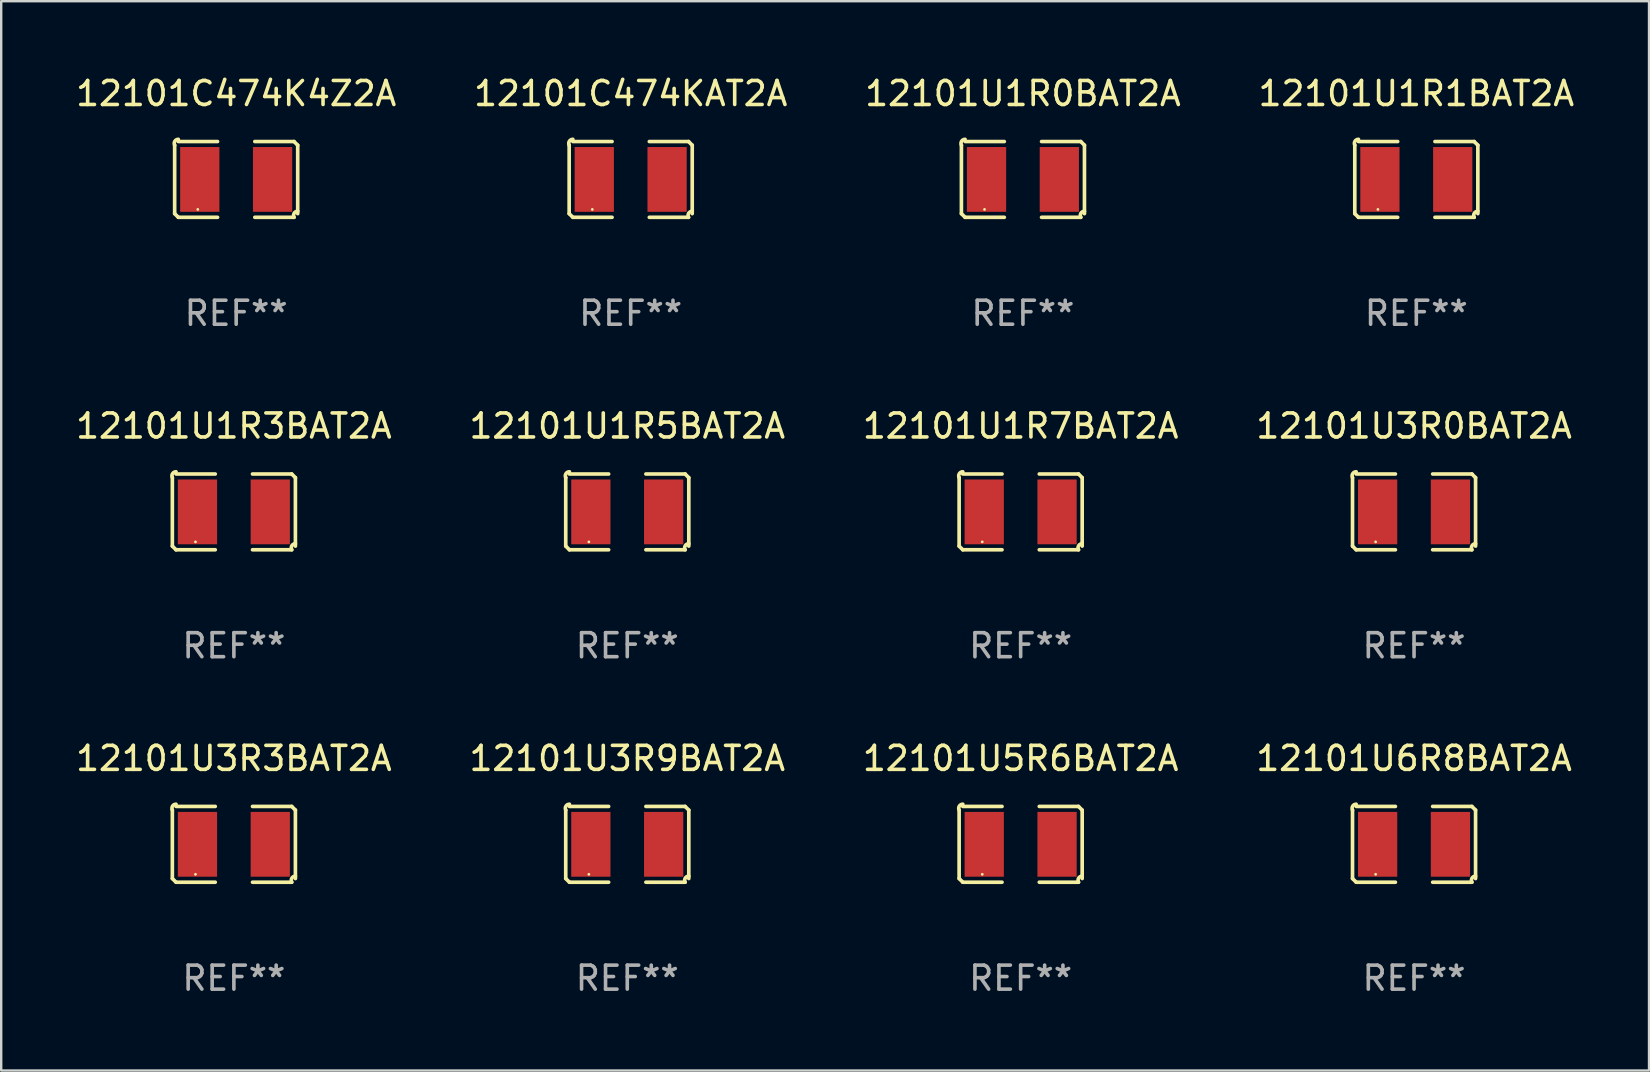
<source format=kicad_pcb>
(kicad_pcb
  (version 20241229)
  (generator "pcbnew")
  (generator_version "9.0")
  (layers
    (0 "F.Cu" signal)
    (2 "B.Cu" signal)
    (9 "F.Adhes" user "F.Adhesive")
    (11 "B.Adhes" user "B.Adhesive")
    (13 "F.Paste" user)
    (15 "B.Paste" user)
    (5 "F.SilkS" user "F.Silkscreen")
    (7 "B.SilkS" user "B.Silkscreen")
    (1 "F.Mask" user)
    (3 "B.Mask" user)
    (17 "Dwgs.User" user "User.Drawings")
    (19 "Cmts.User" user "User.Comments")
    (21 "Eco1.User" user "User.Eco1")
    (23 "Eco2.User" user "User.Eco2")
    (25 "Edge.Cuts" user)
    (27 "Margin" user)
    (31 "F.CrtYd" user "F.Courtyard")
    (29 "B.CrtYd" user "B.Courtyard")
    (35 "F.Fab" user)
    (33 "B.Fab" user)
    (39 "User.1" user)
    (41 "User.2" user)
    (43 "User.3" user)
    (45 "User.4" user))
  (footprint "12101C474KAT2A"
    (layer "F.Cu")
    (at 23.232 4.427)
    (property "Reference" "12101C474KAT2A" (at 0 -3.579 0) (layer "F.SilkS") (effects (font (size 1 1) (thickness 0.15))))
    (attr through_hole)
    (fp_line (start -2.564 1.426) (end -2.564 -1.426) (stroke (width 0.152) (type solid)) (layer "F.SilkS"))
    (fp_line (start -2.411 -1.579) (end -0.776 -1.579) (stroke (width 0.152) (type solid)) (layer "F.SilkS"))
    (fp_line (start -0.776 1.579) (end -2.411 1.579) (stroke (width 0.152) (type solid)) (layer "F.SilkS"))
    (fp_line (start 0.776 1.579) (end 2.411 1.579) (stroke (width 0.152) (type solid)) (layer "F.SilkS"))
    (fp_line (start 2.411 -1.579) (end 0.776 -1.579) (stroke (width 0.152) (type solid)) (layer "F.SilkS"))
    (fp_line (start 2.564 1.426) (end 2.564 -1.426) (stroke (width 0.152) (type solid)) (layer "F.SilkS"))
    (fp_arc (start -2.563602 -1.426213) (mid -2.555597 -1.591233) (end -2.411201 -1.671518) (stroke (width 0.1524) (type solid)) (layer "F.SilkS"))
    (fp_arc (start -2.5636 1.426214) (mid -2.487389 1.502402) (end -2.411201 1.578613) (stroke (width 0.1524) (type solid)) (layer "F.SilkS"))
    (fp_arc (start 2.411197 -1.578618) (mid 2.487403 -1.502419) (end 2.563602 -1.426213) (stroke (width 0.1524) (type solid)) (layer "F.SilkS"))
    (fp_arc (start 2.411201 1.578613) (mid 2.416214 1.409455) (end 2.563602 1.32629) (stroke (width 0.1524) (type solid)) (layer "F.SilkS"))
    (fp_circle (center -1.6 1.25) (end -1.57 1.25) (stroke (width 0.06) (type solid)) (fill no) (layer "F.SilkS"))
    (fp_text user "REF**" (at 0 5.579 0) (layer "F.Fab") (effects (font (size 1 1) (thickness 0.15))))
    (pad "1" smd rect (at -1.517 0) (size 1.635 2.7) (layers "F.Cu" "F.Mask" "F.Paste"))
    (pad "2" smd rect (at 1.517 0) (size 1.635 2.7) (layers "F.Cu" "F.Mask" "F.Paste")))
  (footprint "12101U1R5BAT2A"
    (layer "F.Cu")
    (at 23.089 18.281)
    (property "Reference" "12101U1R5BAT2A" (at 0 -3.579 0) (layer "F.SilkS") (effects (font (size 1 1) (thickness 0.15))))
    (attr through_hole)
    (fp_line (start -2.564 1.426) (end -2.564 -1.426) (stroke (width 0.152) (type solid)) (layer "F.SilkS"))
    (fp_line (start -2.411 -1.579) (end -0.776 -1.579) (stroke (width 0.152) (type solid)) (layer "F.SilkS"))
    (fp_line (start -0.776 1.579) (end -2.411 1.579) (stroke (width 0.152) (type solid)) (layer "F.SilkS"))
    (fp_line (start 0.776 1.579) (end 2.411 1.579) (stroke (width 0.152) (type solid)) (layer "F.SilkS"))
    (fp_line (start 2.411 -1.579) (end 0.776 -1.579) (stroke (width 0.152) (type solid)) (layer "F.SilkS"))
    (fp_line (start 2.564 1.426) (end 2.564 -1.426) (stroke (width 0.152) (type solid)) (layer "F.SilkS"))
    (fp_arc (start -2.563602 -1.426213) (mid -2.555597 -1.591233) (end -2.411201 -1.671518) (stroke (width 0.1524) (type solid)) (layer "F.SilkS"))
    (fp_arc (start -2.5636 1.426214) (mid -2.487389 1.502402) (end -2.411201 1.578613) (stroke (width 0.1524) (type solid)) (layer "F.SilkS"))
    (fp_arc (start 2.411197 -1.578618) (mid 2.487403 -1.502419) (end 2.563602 -1.426213) (stroke (width 0.1524) (type solid)) (layer "F.SilkS"))
    (fp_arc (start 2.411201 1.578613) (mid 2.416214 1.409455) (end 2.563602 1.32629) (stroke (width 0.1524) (type solid)) (layer "F.SilkS"))
    (fp_circle (center -1.6 1.25) (end -1.57 1.25) (stroke (width 0.06) (type solid)) (fill no) (layer "F.SilkS"))
    (fp_text user "REF**" (at 0 5.579 0) (layer "F.Fab") (effects (font (size 1 1) (thickness 0.15))))
    (pad "1" smd rect (at -1.517 0) (size 1.635 2.7) (layers "F.Cu" "F.Mask" "F.Paste"))
    (pad "2" smd rect (at 1.517 0) (size 1.635 2.7) (layers "F.Cu" "F.Mask" "F.Paste")))
  (footprint "12101U3R9BAT2A"
    (layer "F.Cu")
    (at 23.089 32.134)
    (property "Reference" "12101U3R9BAT2A" (at 0 -3.579 0) (layer "F.SilkS") (effects (font (size 1 1) (thickness 0.15))))
    (attr through_hole)
    (fp_line (start -2.564 1.426) (end -2.564 -1.426) (stroke (width 0.152) (type solid)) (layer "F.SilkS"))
    (fp_line (start -2.411 -1.579) (end -0.776 -1.579) (stroke (width 0.152) (type solid)) (layer "F.SilkS"))
    (fp_line (start -0.776 1.579) (end -2.411 1.579) (stroke (width 0.152) (type solid)) (layer "F.SilkS"))
    (fp_line (start 0.776 1.579) (end 2.411 1.579) (stroke (width 0.152) (type solid)) (layer "F.SilkS"))
    (fp_line (start 2.411 -1.579) (end 0.776 -1.579) (stroke (width 0.152) (type solid)) (layer "F.SilkS"))
    (fp_line (start 2.564 1.426) (end 2.564 -1.426) (stroke (width 0.152) (type solid)) (layer "F.SilkS"))
    (fp_arc (start -2.563602 -1.426213) (mid -2.555597 -1.591233) (end -2.411201 -1.671518) (stroke (width 0.1524) (type solid)) (layer "F.SilkS"))
    (fp_arc (start -2.5636 1.426214) (mid -2.487389 1.502402) (end -2.411201 1.578613) (stroke (width 0.1524) (type solid)) (layer "F.SilkS"))
    (fp_arc (start 2.411197 -1.578618) (mid 2.487403 -1.502419) (end 2.563602 -1.426213) (stroke (width 0.1524) (type solid)) (layer "F.SilkS"))
    (fp_arc (start 2.411201 1.578613) (mid 2.416214 1.409455) (end 2.563602 1.32629) (stroke (width 0.1524) (type solid)) (layer "F.SilkS"))
    (fp_circle (center -1.6 1.25) (end -1.57 1.25) (stroke (width 0.06) (type solid)) (fill no) (layer "F.SilkS"))
    (fp_text user "REF**" (at 0 5.579 0) (layer "F.Fab") (effects (font (size 1 1) (thickness 0.15))))
    (pad "1" smd rect (at -1.517 0) (size 1.635 2.7) (layers "F.Cu" "F.Mask" "F.Paste"))
    (pad "2" smd rect (at 1.517 0) (size 1.635 2.7) (layers "F.Cu" "F.Mask" "F.Paste")))
  (footprint "12101C474K4Z2A"
    (layer "F.Cu")
    (at 6.792 4.427)
    (property "Reference" "12101C474K4Z2A" (at 0 -3.579 0) (layer "F.SilkS") (effects (font (size 1 1) (thickness 0.15))))
    (attr through_hole)
    (fp_line (start -2.564 1.426) (end -2.564 -1.426) (stroke (width 0.152) (type solid)) (layer "F.SilkS"))
    (fp_line (start -2.411 -1.579) (end -0.776 -1.579) (stroke (width 0.152) (type solid)) (layer "F.SilkS"))
    (fp_line (start -0.776 1.579) (end -2.411 1.579) (stroke (width 0.152) (type solid)) (layer "F.SilkS"))
    (fp_line (start 0.776 1.579) (end 2.411 1.579) (stroke (width 0.152) (type solid)) (layer "F.SilkS"))
    (fp_line (start 2.411 -1.579) (end 0.776 -1.579) (stroke (width 0.152) (type solid)) (layer "F.SilkS"))
    (fp_line (start 2.564 1.426) (end 2.564 -1.426) (stroke (width 0.152) (type solid)) (layer "F.SilkS"))
    (fp_arc (start -2.563602 -1.426213) (mid -2.555597 -1.591233) (end -2.411201 -1.671518) (stroke (width 0.1524) (type solid)) (layer "F.SilkS"))
    (fp_arc (start -2.5636 1.426214) (mid -2.487389 1.502402) (end -2.411201 1.578613) (stroke (width 0.1524) (type solid)) (layer "F.SilkS"))
    (fp_arc (start 2.411197 -1.578618) (mid 2.487403 -1.502419) (end 2.563602 -1.426213) (stroke (width 0.1524) (type solid)) (layer "F.SilkS"))
    (fp_arc (start 2.411201 1.578613) (mid 2.416214 1.409455) (end 2.563602 1.32629) (stroke (width 0.1524) (type solid)) (layer "F.SilkS"))
    (fp_circle (center -1.6 1.25) (end -1.57 1.25) (stroke (width 0.06) (type solid)) (fill no) (layer "F.SilkS"))
    (fp_text user "REF**" (at 0 5.579 0) (layer "F.Fab") (effects (font (size 1 1) (thickness 0.15))))
    (pad "1" smd rect (at -1.517 0) (size 1.635 2.7) (layers "F.Cu" "F.Mask" "F.Paste"))
    (pad "2" smd rect (at 1.517 0) (size 1.635 2.7) (layers "F.Cu" "F.Mask" "F.Paste")))
  (footprint "12101U1R3BAT2A"
    (layer "F.Cu")
    (at 6.696 18.281)
    (property "Reference" "12101U1R3BAT2A" (at 0 -3.579 0) (layer "F.SilkS") (effects (font (size 1 1) (thickness 0.15))))
    (attr through_hole)
    (fp_line (start -2.564 1.426) (end -2.564 -1.426) (stroke (width 0.152) (type solid)) (layer "F.SilkS"))
    (fp_line (start -2.411 -1.579) (end -0.776 -1.579) (stroke (width 0.152) (type solid)) (layer "F.SilkS"))
    (fp_line (start -0.776 1.579) (end -2.411 1.579) (stroke (width 0.152) (type solid)) (layer "F.SilkS"))
    (fp_line (start 0.776 1.579) (end 2.411 1.579) (stroke (width 0.152) (type solid)) (layer "F.SilkS"))
    (fp_line (start 2.411 -1.579) (end 0.776 -1.579) (stroke (width 0.152) (type solid)) (layer "F.SilkS"))
    (fp_line (start 2.564 1.426) (end 2.564 -1.426) (stroke (width 0.152) (type solid)) (layer "F.SilkS"))
    (fp_arc (start -2.563602 -1.426213) (mid -2.555597 -1.591233) (end -2.411201 -1.671518) (stroke (width 0.1524) (type solid)) (layer "F.SilkS"))
    (fp_arc (start -2.5636 1.426214) (mid -2.487389 1.502402) (end -2.411201 1.578613) (stroke (width 0.1524) (type solid)) (layer "F.SilkS"))
    (fp_arc (start 2.411197 -1.578618) (mid 2.487403 -1.502419) (end 2.563602 -1.426213) (stroke (width 0.1524) (type solid)) (layer "F.SilkS"))
    (fp_arc (start 2.411201 1.578613) (mid 2.416214 1.409455) (end 2.563602 1.32629) (stroke (width 0.1524) (type solid)) (layer "F.SilkS"))
    (fp_circle (center -1.6 1.25) (end -1.57 1.25) (stroke (width 0.06) (type solid)) (fill no) (layer "F.SilkS"))
    (fp_text user "REF**" (at 0 5.579 0) (layer "F.Fab") (effects (font (size 1 1) (thickness 0.15))))
    (pad "1" smd rect (at -1.517 0) (size 1.635 2.7) (layers "F.Cu" "F.Mask" "F.Paste"))
    (pad "2" smd rect (at 1.517 0) (size 1.635 2.7) (layers "F.Cu" "F.Mask" "F.Paste")))
  (footprint "12101U5R6BAT2A"
    (layer "F.Cu")
    (at 39.482 32.134)
    (property "Reference" "12101U5R6BAT2A" (at 0 -3.579 0) (layer "F.SilkS") (effects (font (size 1 1) (thickness 0.15))))
    (attr through_hole)
    (fp_line (start -2.564 1.426) (end -2.564 -1.426) (stroke (width 0.152) (type solid)) (layer "F.SilkS"))
    (fp_line (start -2.411 -1.579) (end -0.776 -1.579) (stroke (width 0.152) (type solid)) (layer "F.SilkS"))
    (fp_line (start -0.776 1.579) (end -2.411 1.579) (stroke (width 0.152) (type solid)) (layer "F.SilkS"))
    (fp_line (start 0.776 1.579) (end 2.411 1.579) (stroke (width 0.152) (type solid)) (layer "F.SilkS"))
    (fp_line (start 2.411 -1.579) (end 0.776 -1.579) (stroke (width 0.152) (type solid)) (layer "F.SilkS"))
    (fp_line (start 2.564 1.426) (end 2.564 -1.426) (stroke (width 0.152) (type solid)) (layer "F.SilkS"))
    (fp_arc (start -2.563602 -1.426213) (mid -2.555597 -1.591233) (end -2.411201 -1.671518) (stroke (width 0.1524) (type solid)) (layer "F.SilkS"))
    (fp_arc (start -2.5636 1.426214) (mid -2.487389 1.502402) (end -2.411201 1.578613) (stroke (width 0.1524) (type solid)) (layer "F.SilkS"))
    (fp_arc (start 2.411197 -1.578618) (mid 2.487403 -1.502419) (end 2.563602 -1.426213) (stroke (width 0.1524) (type solid)) (layer "F.SilkS"))
    (fp_arc (start 2.411201 1.578613) (mid 2.416214 1.409455) (end 2.563602 1.32629) (stroke (width 0.1524) (type solid)) (layer "F.SilkS"))
    (fp_circle (center -1.6 1.25) (end -1.57 1.25) (stroke (width 0.06) (type solid)) (fill no) (layer "F.SilkS"))
    (fp_text user "REF**" (at 0 5.579 0) (layer "F.Fab") (effects (font (size 1 1) (thickness 0.15))))
    (pad "1" smd rect (at -1.517 0) (size 1.635 2.7) (layers "F.Cu" "F.Mask" "F.Paste"))
    (pad "2" smd rect (at 1.517 0) (size 1.635 2.7) (layers "F.Cu" "F.Mask" "F.Paste")))
  (footprint "12101U3R0BAT2A"
    (layer "F.Cu")
    (at 55.875 18.281)
    (property "Reference" "12101U3R0BAT2A" (at 0 -3.579 0) (layer "F.SilkS") (effects (font (size 1 1) (thickness 0.15))))
    (attr through_hole)
    (fp_line (start -2.564 1.426) (end -2.564 -1.426) (stroke (width 0.152) (type solid)) (layer "F.SilkS"))
    (fp_line (start -2.411 -1.579) (end -0.776 -1.579) (stroke (width 0.152) (type solid)) (layer "F.SilkS"))
    (fp_line (start -0.776 1.579) (end -2.411 1.579) (stroke (width 0.152) (type solid)) (layer "F.SilkS"))
    (fp_line (start 0.776 1.579) (end 2.411 1.579) (stroke (width 0.152) (type solid)) (layer "F.SilkS"))
    (fp_line (start 2.411 -1.579) (end 0.776 -1.579) (stroke (width 0.152) (type solid)) (layer "F.SilkS"))
    (fp_line (start 2.564 1.426) (end 2.564 -1.426) (stroke (width 0.152) (type solid)) (layer "F.SilkS"))
    (fp_arc (start -2.563602 -1.426213) (mid -2.555597 -1.591233) (end -2.411201 -1.671518) (stroke (width 0.1524) (type solid)) (layer "F.SilkS"))
    (fp_arc (start -2.5636 1.426214) (mid -2.487389 1.502402) (end -2.411201 1.578613) (stroke (width 0.1524) (type solid)) (layer "F.SilkS"))
    (fp_arc (start 2.411197 -1.578618) (mid 2.487403 -1.502419) (end 2.563602 -1.426213) (stroke (width 0.1524) (type solid)) (layer "F.SilkS"))
    (fp_arc (start 2.411201 1.578613) (mid 2.416214 1.409455) (end 2.563602 1.32629) (stroke (width 0.1524) (type solid)) (layer "F.SilkS"))
    (fp_circle (center -1.6 1.25) (end -1.57 1.25) (stroke (width 0.06) (type solid)) (fill no) (layer "F.SilkS"))
    (fp_text user "REF**" (at 0 5.579 0) (layer "F.Fab") (effects (font (size 1 1) (thickness 0.15))))
    (pad "1" smd rect (at -1.517 0) (size 1.635 2.7) (layers "F.Cu" "F.Mask" "F.Paste"))
    (pad "2" smd rect (at 1.517 0) (size 1.635 2.7) (layers "F.Cu" "F.Mask" "F.Paste")))
  (footprint "12101U6R8BAT2A"
    (layer "F.Cu")
    (at 55.875 32.134)
    (property "Reference" "12101U6R8BAT2A" (at 0 -3.579 0) (layer "F.SilkS") (effects (font (size 1 1) (thickness 0.15))))
    (attr through_hole)
    (fp_line (start -2.564 1.426) (end -2.564 -1.426) (stroke (width 0.152) (type solid)) (layer "F.SilkS"))
    (fp_line (start -2.411 -1.579) (end -0.776 -1.579) (stroke (width 0.152) (type solid)) (layer "F.SilkS"))
    (fp_line (start -0.776 1.579) (end -2.411 1.579) (stroke (width 0.152) (type solid)) (layer "F.SilkS"))
    (fp_line (start 0.776 1.579) (end 2.411 1.579) (stroke (width 0.152) (type solid)) (layer "F.SilkS"))
    (fp_line (start 2.411 -1.579) (end 0.776 -1.579) (stroke (width 0.152) (type solid)) (layer "F.SilkS"))
    (fp_line (start 2.564 1.426) (end 2.564 -1.426) (stroke (width 0.152) (type solid)) (layer "F.SilkS"))
    (fp_arc (start -2.563602 -1.426213) (mid -2.555597 -1.591233) (end -2.411201 -1.671518) (stroke (width 0.1524) (type solid)) (layer "F.SilkS"))
    (fp_arc (start -2.5636 1.426214) (mid -2.487389 1.502402) (end -2.411201 1.578613) (stroke (width 0.1524) (type solid)) (layer "F.SilkS"))
    (fp_arc (start 2.411197 -1.578618) (mid 2.487403 -1.502419) (end 2.563602 -1.426213) (stroke (width 0.1524) (type solid)) (layer "F.SilkS"))
    (fp_arc (start 2.411201 1.578613) (mid 2.416214 1.409455) (end 2.563602 1.32629) (stroke (width 0.1524) (type solid)) (layer "F.SilkS"))
    (fp_circle (center -1.6 1.25) (end -1.57 1.25) (stroke (width 0.06) (type solid)) (fill no) (layer "F.SilkS"))
    (fp_text user "REF**" (at 0 5.579 0) (layer "F.Fab") (effects (font (size 1 1) (thickness 0.15))))
    (pad "1" smd rect (at -1.517 0) (size 1.635 2.7) (layers "F.Cu" "F.Mask" "F.Paste"))
    (pad "2" smd rect (at 1.517 0) (size 1.635 2.7) (layers "F.Cu" "F.Mask" "F.Paste")))
  (footprint "12101U3R3BAT2A"
    (layer "F.Cu")
    (at 6.696 32.134)
    (property "Reference" "12101U3R3BAT2A" (at 0 -3.579 0) (layer "F.SilkS") (effects (font (size 1 1) (thickness 0.15))))
    (attr through_hole)
    (fp_line (start -2.564 1.426) (end -2.564 -1.426) (stroke (width 0.152) (type solid)) (layer "F.SilkS"))
    (fp_line (start -2.411 -1.579) (end -0.776 -1.579) (stroke (width 0.152) (type solid)) (layer "F.SilkS"))
    (fp_line (start -0.776 1.579) (end -2.411 1.579) (stroke (width 0.152) (type solid)) (layer "F.SilkS"))
    (fp_line (start 0.776 1.579) (end 2.411 1.579) (stroke (width 0.152) (type solid)) (layer "F.SilkS"))
    (fp_line (start 2.411 -1.579) (end 0.776 -1.579) (stroke (width 0.152) (type solid)) (layer "F.SilkS"))
    (fp_line (start 2.564 1.426) (end 2.564 -1.426) (stroke (width 0.152) (type solid)) (layer "F.SilkS"))
    (fp_arc (start -2.563602 -1.426213) (mid -2.555597 -1.591233) (end -2.411201 -1.671518) (stroke (width 0.1524) (type solid)) (layer "F.SilkS"))
    (fp_arc (start -2.5636 1.426214) (mid -2.487389 1.502402) (end -2.411201 1.578613) (stroke (width 0.1524) (type solid)) (layer "F.SilkS"))
    (fp_arc (start 2.411197 -1.578618) (mid 2.487403 -1.502419) (end 2.563602 -1.426213) (stroke (width 0.1524) (type solid)) (layer "F.SilkS"))
    (fp_arc (start 2.411201 1.578613) (mid 2.416214 1.409455) (end 2.563602 1.32629) (stroke (width 0.1524) (type solid)) (layer "F.SilkS"))
    (fp_circle (center -1.6 1.25) (end -1.57 1.25) (stroke (width 0.06) (type solid)) (fill no) (layer "F.SilkS"))
    (fp_text user "REF**" (at 0 5.579 0) (layer "F.Fab") (effects (font (size 1 1) (thickness 0.15))))
    (pad "1" smd rect (at -1.517 0) (size 1.635 2.7) (layers "F.Cu" "F.Mask" "F.Paste"))
    (pad "2" smd rect (at 1.517 0) (size 1.635 2.7) (layers "F.Cu" "F.Mask" "F.Paste")))
  (footprint "12101U1R1BAT2A"
    (layer "F.Cu")
    (at 55.97 4.427)
    (property "Reference" "12101U1R1BAT2A" (at 0 -3.579 0) (layer "F.SilkS") (effects (font (size 1 1) (thickness 0.15))))
    (attr through_hole)
    (fp_line (start -2.564 1.426) (end -2.564 -1.426) (stroke (width 0.152) (type solid)) (layer "F.SilkS"))
    (fp_line (start -2.411 -1.579) (end -0.776 -1.579) (stroke (width 0.152) (type solid)) (layer "F.SilkS"))
    (fp_line (start -0.776 1.579) (end -2.411 1.579) (stroke (width 0.152) (type solid)) (layer "F.SilkS"))
    (fp_line (start 0.776 1.579) (end 2.411 1.579) (stroke (width 0.152) (type solid)) (layer "F.SilkS"))
    (fp_line (start 2.411 -1.579) (end 0.776 -1.579) (stroke (width 0.152) (type solid)) (layer "F.SilkS"))
    (fp_line (start 2.564 1.426) (end 2.564 -1.426) (stroke (width 0.152) (type solid)) (layer "F.SilkS"))
    (fp_arc (start -2.563602 -1.426213) (mid -2.555597 -1.591233) (end -2.411201 -1.671518) (stroke (width 0.1524) (type solid)) (layer "F.SilkS"))
    (fp_arc (start -2.5636 1.426214) (mid -2.487389 1.502402) (end -2.411201 1.578613) (stroke (width 0.1524) (type solid)) (layer "F.SilkS"))
    (fp_arc (start 2.411197 -1.578618) (mid 2.487403 -1.502419) (end 2.563602 -1.426213) (stroke (width 0.1524) (type solid)) (layer "F.SilkS"))
    (fp_arc (start 2.411201 1.578613) (mid 2.416214 1.409455) (end 2.563602 1.32629) (stroke (width 0.1524) (type solid)) (layer "F.SilkS"))
    (fp_circle (center -1.6 1.25) (end -1.57 1.25) (stroke (width 0.06) (type solid)) (fill no) (layer "F.SilkS"))
    (fp_text user "REF**" (at 0 5.579 0) (layer "F.Fab") (effects (font (size 1 1) (thickness 0.15))))
    (pad "1" smd rect (at -1.517 0) (size 1.635 2.7) (layers "F.Cu" "F.Mask" "F.Paste"))
    (pad "2" smd rect (at 1.517 0) (size 1.635 2.7) (layers "F.Cu" "F.Mask" "F.Paste")))
  (footprint "12101U1R7BAT2A"
    (layer "F.Cu")
    (at 39.482 18.281)
    (property "Reference" "12101U1R7BAT2A" (at 0 -3.579 0) (layer "F.SilkS") (effects (font (size 1 1) (thickness 0.15))))
    (attr through_hole)
    (fp_line (start -2.564 1.426) (end -2.564 -1.426) (stroke (width 0.152) (type solid)) (layer "F.SilkS"))
    (fp_line (start -2.411 -1.579) (end -0.776 -1.579) (stroke (width 0.152) (type solid)) (layer "F.SilkS"))
    (fp_line (start -0.776 1.579) (end -2.411 1.579) (stroke (width 0.152) (type solid)) (layer "F.SilkS"))
    (fp_line (start 0.776 1.579) (end 2.411 1.579) (stroke (width 0.152) (type solid)) (layer "F.SilkS"))
    (fp_line (start 2.411 -1.579) (end 0.776 -1.579) (stroke (width 0.152) (type solid)) (layer "F.SilkS"))
    (fp_line (start 2.564 1.426) (end 2.564 -1.426) (stroke (width 0.152) (type solid)) (layer "F.SilkS"))
    (fp_arc (start -2.563602 -1.426213) (mid -2.555597 -1.591233) (end -2.411201 -1.671518) (stroke (width 0.1524) (type solid)) (layer "F.SilkS"))
    (fp_arc (start -2.5636 1.426214) (mid -2.487389 1.502402) (end -2.411201 1.578613) (stroke (width 0.1524) (type solid)) (layer "F.SilkS"))
    (fp_arc (start 2.411197 -1.578618) (mid 2.487403 -1.502419) (end 2.563602 -1.426213) (stroke (width 0.1524) (type solid)) (layer "F.SilkS"))
    (fp_arc (start 2.411201 1.578613) (mid 2.416214 1.409455) (end 2.563602 1.32629) (stroke (width 0.1524) (type solid)) (layer "F.SilkS"))
    (fp_circle (center -1.6 1.25) (end -1.57 1.25) (stroke (width 0.06) (type solid)) (fill no) (layer "F.SilkS"))
    (fp_text user "REF**" (at 0 5.579 0) (layer "F.Fab") (effects (font (size 1 1) (thickness 0.15))))
    (pad "1" smd rect (at -1.517 0) (size 1.635 2.7) (layers "F.Cu" "F.Mask" "F.Paste"))
    (pad "2" smd rect (at 1.517 0) (size 1.635 2.7) (layers "F.Cu" "F.Mask" "F.Paste")))
  (footprint "12101U1R0BAT2A"
    (layer "F.Cu")
    (at 39.577 4.427)
    (property "Reference" "12101U1R0BAT2A" (at 0 -3.579 0) (layer "F.SilkS") (effects (font (size 1 1) (thickness 0.15))))
    (attr through_hole)
    (fp_line (start -2.564 1.426) (end -2.564 -1.426) (stroke (width 0.152) (type solid)) (layer "F.SilkS"))
    (fp_line (start -2.411 -1.579) (end -0.776 -1.579) (stroke (width 0.152) (type solid)) (layer "F.SilkS"))
    (fp_line (start -0.776 1.579) (end -2.411 1.579) (stroke (width 0.152) (type solid)) (layer "F.SilkS"))
    (fp_line (start 0.776 1.579) (end 2.411 1.579) (stroke (width 0.152) (type solid)) (layer "F.SilkS"))
    (fp_line (start 2.411 -1.579) (end 0.776 -1.579) (stroke (width 0.152) (type solid)) (layer "F.SilkS"))
    (fp_line (start 2.564 1.426) (end 2.564 -1.426) (stroke (width 0.152) (type solid)) (layer "F.SilkS"))
    (fp_arc (start -2.563602 -1.426213) (mid -2.555597 -1.591233) (end -2.411201 -1.671518) (stroke (width 0.1524) (type solid)) (layer "F.SilkS"))
    (fp_arc (start -2.5636 1.426214) (mid -2.487389 1.502402) (end -2.411201 1.578613) (stroke (width 0.1524) (type solid)) (layer "F.SilkS"))
    (fp_arc (start 2.411197 -1.578618) (mid 2.487403 -1.502419) (end 2.563602 -1.426213) (stroke (width 0.1524) (type solid)) (layer "F.SilkS"))
    (fp_arc (start 2.411201 1.578613) (mid 2.416214 1.409455) (end 2.563602 1.32629) (stroke (width 0.1524) (type solid)) (layer "F.SilkS"))
    (fp_circle (center -1.6 1.25) (end -1.57 1.25) (stroke (width 0.06) (type solid)) (fill no) (layer "F.SilkS"))
    (fp_text user "REF**" (at 0 5.579 0) (layer "F.Fab") (effects (font (size 1 1) (thickness 0.15))))
    (pad "1" smd rect (at -1.517 0) (size 1.635 2.7) (layers "F.Cu" "F.Mask" "F.Paste"))
    (pad "2" smd rect (at 1.517 0) (size 1.635 2.7) (layers "F.Cu" "F.Mask" "F.Paste")))
  (gr_rect
    (start -3 -3)
    (end 65.667 41.561)
    (stroke (width 0.1) (type default))
    (fill no)
    (layer "Edge.Cuts")))
</source>
